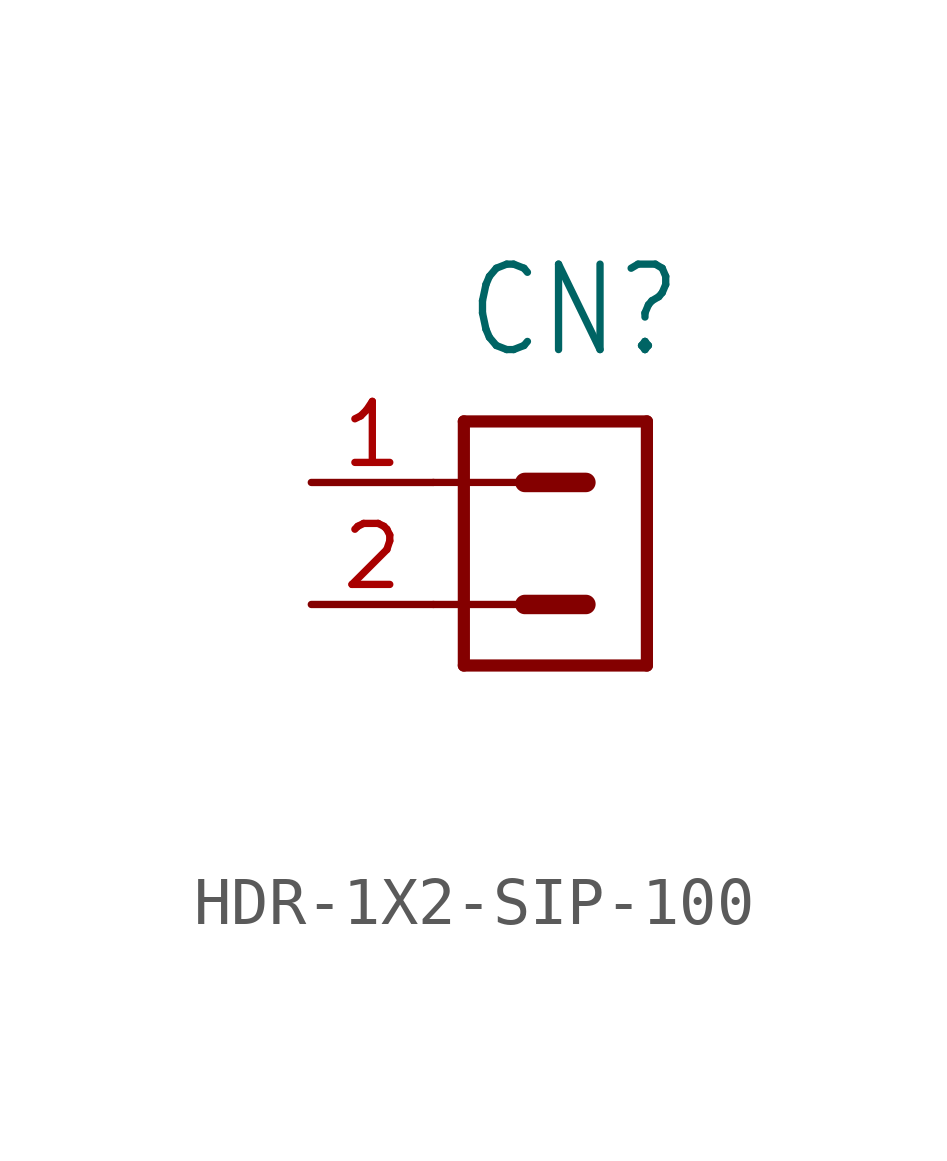
<source format=kicad_sym>
(kicad_symbol_lib
  (version 20220914)
  (generator kicad_symbol_editor)
  (symbol "HDR-1X2-SIP-100"
    (property "Reference" "CN"
      (at -1.905 2.54 0)
      (effects (font (size 1.778 1.511)) (justify left bottom)))
    (property "Value" ""
      (at -1.905 -6.668 0)
      (effects (font (size 1.778 1.511)) (justify left bottom)))
    (property "ki_locked" ""
      (at 0 0 0)
      (effects (font (size 1.27 1.27))))
    (symbol "HDR-1X2-SIP-100_1_0"
      (polyline (pts (xy -2.54 -2.54) (xy -0.635 -2.54)) (stroke (width 0.152) (type solid)) (fill (type none)))
      (polyline (pts (xy -2.54 0) (xy -0.635 0)) (stroke (width 0.152) (type solid)) (fill (type none)))
      (polyline (pts (xy -1.905 -3.81) (xy -1.905 1.27)) (stroke (width 0.254) (type solid)) (fill (type none)))
      (polyline (pts (xy -1.905 -3.81) (xy 1.905 -3.81)) (stroke (width 0.254) (type solid)) (fill (type none)))
      (polyline (pts (xy -0.635 -2.54) (xy 0.635 -2.54)) (stroke (width 0.406) (type solid)) (fill (type none)))
      (polyline (pts (xy -0.635 0) (xy 0.635 0)) (stroke (width 0.406) (type solid)) (fill (type none)))
      (polyline (pts (xy 1.905 1.27) (xy -1.905 1.27)) (stroke (width 0.254) (type solid)) (fill (type none)))
      (polyline (pts (xy 1.905 1.27) (xy 1.905 -3.81)) (stroke (width 0.254) (type solid)) (fill (type none)))
      (pin passive line (at -5.08 0 0) (length 2.54) (name "1" (effects (font (size 0 0)))) (number "1" (effects (font (size 1.27 1.27)))))
      (pin passive line (at -5.08 -2.54 0) (length 2.54) (name "2" (effects (font (size 0 0)))) (number "2" (effects (font (size 1.27 1.27))))))))
</source>
